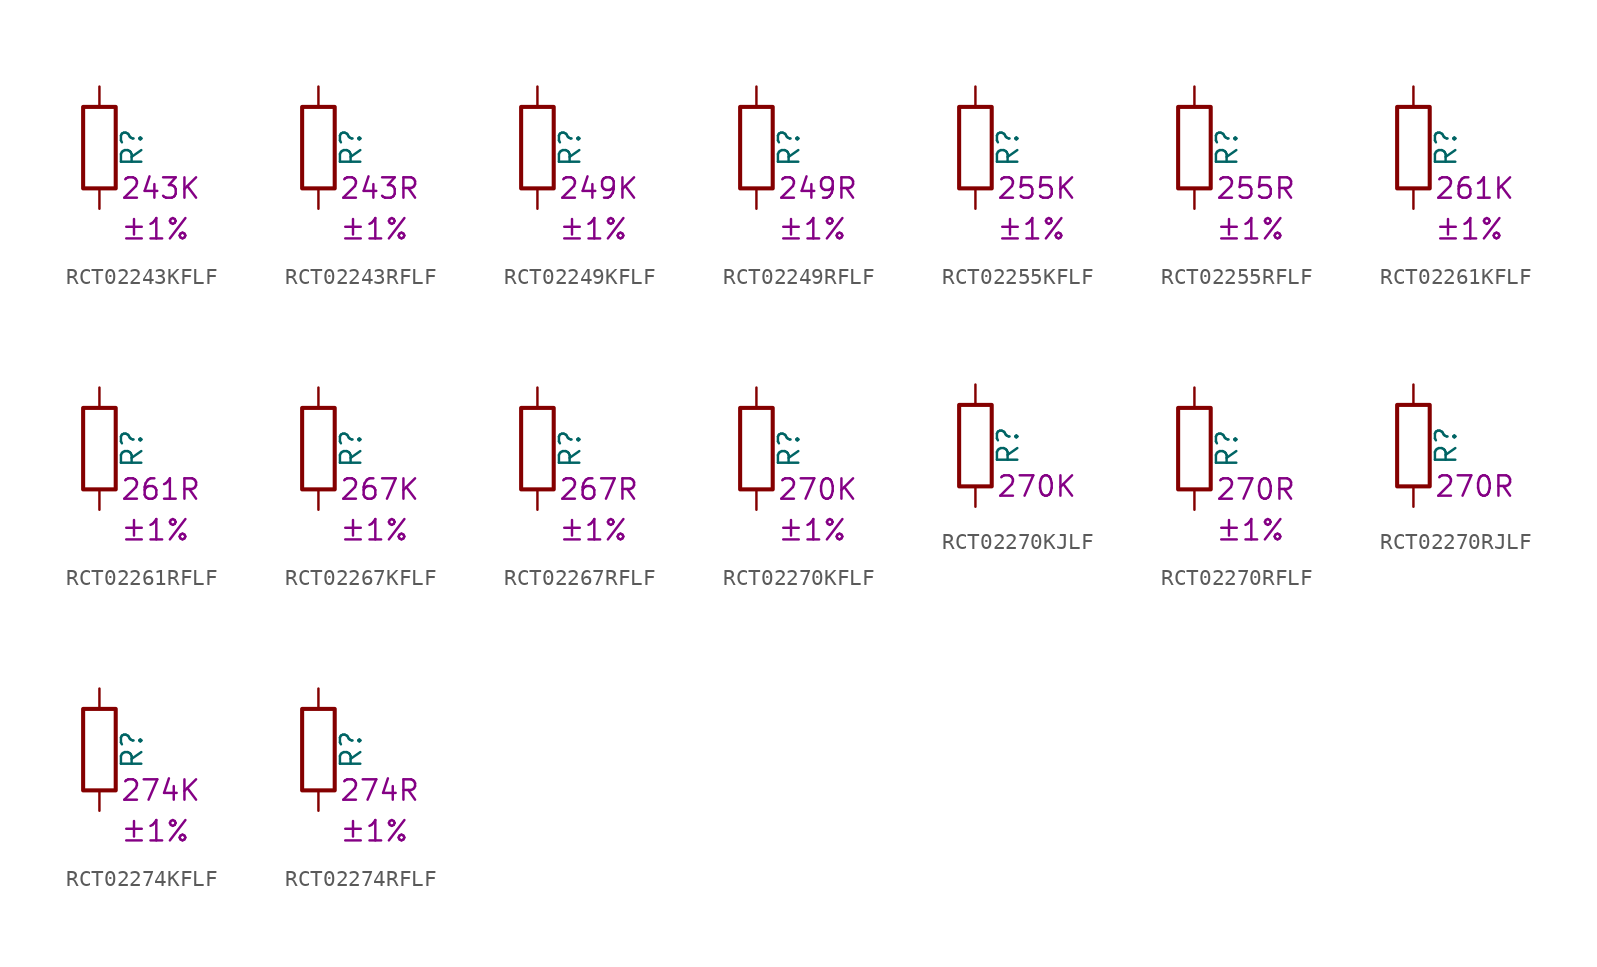
<source format=kicad_sym>
(kicad_symbol_lib
  (version 20220914)
  (generator kicad_symbol_editor)
  (symbol "RCT02243KFLF"
    (pin_numbers hide)
    (pin_names
      (offset 0))
    (property "Reference" "R"
      (at 2.032 0 90)
      (effects (font (size 1.27 1.27))))
    (property "Resistance" "243K"
      (at 1.27 -2.54 0)
      (effects (font (size 1.27 1.27)) (justify left)))
    (property "Tolerance" "±1%"
      (at 1.27 -5.08 0)
      (effects (font (size 1.27 1.27)) (justify left)))
    (symbol "RCT02243KFLF_0_1"
      (rectangle (start -1.016 -2.54) (end 1.016 2.54) (stroke (width 0.254) (type default)) (fill (type none))))
    (symbol "RCT02243KFLF_1_1"
      (pin passive line (at 0 3.81 270) (length 1.27) (name "~" (effects (font (size 1.27 1.27)))) (number "1" (effects (font (size 1.27 1.27)))))
      (pin passive line (at 0 -3.81 90) (length 1.27) (name "~" (effects (font (size 1.27 1.27)))) (number "2" (effects (font (size 1.27 1.27)))))))
  (symbol "RCT02243RFLF"
    (pin_numbers hide)
    (pin_names
      (offset 0))
    (property "Reference" "R"
      (at 2.032 0 90)
      (effects (font (size 1.27 1.27))))
    (property "Resistance" "243R"
      (at 1.27 -2.54 0)
      (effects (font (size 1.27 1.27)) (justify left)))
    (property "Tolerance" "±1%"
      (at 1.27 -5.08 0)
      (effects (font (size 1.27 1.27)) (justify left)))
    (symbol "RCT02243RFLF_0_1"
      (rectangle (start -1.016 -2.54) (end 1.016 2.54) (stroke (width 0.254) (type default)) (fill (type none))))
    (symbol "RCT02243RFLF_1_1"
      (pin passive line (at 0 3.81 270) (length 1.27) (name "~" (effects (font (size 1.27 1.27)))) (number "1" (effects (font (size 1.27 1.27)))))
      (pin passive line (at 0 -3.81 90) (length 1.27) (name "~" (effects (font (size 1.27 1.27)))) (number "2" (effects (font (size 1.27 1.27)))))))
  (symbol "RCT02249KFLF"
    (pin_numbers hide)
    (pin_names
      (offset 0))
    (property "Reference" "R"
      (at 2.032 0 90)
      (effects (font (size 1.27 1.27))))
    (property "Resistance" "249K"
      (at 1.27 -2.54 0)
      (effects (font (size 1.27 1.27)) (justify left)))
    (property "Tolerance" "±1%"
      (at 1.27 -5.08 0)
      (effects (font (size 1.27 1.27)) (justify left)))
    (symbol "RCT02249KFLF_0_1"
      (rectangle (start -1.016 -2.54) (end 1.016 2.54) (stroke (width 0.254) (type default)) (fill (type none))))
    (symbol "RCT02249KFLF_1_1"
      (pin passive line (at 0 3.81 270) (length 1.27) (name "~" (effects (font (size 1.27 1.27)))) (number "1" (effects (font (size 1.27 1.27)))))
      (pin passive line (at 0 -3.81 90) (length 1.27) (name "~" (effects (font (size 1.27 1.27)))) (number "2" (effects (font (size 1.27 1.27)))))))
  (symbol "RCT02249RFLF"
    (pin_numbers hide)
    (pin_names
      (offset 0))
    (property "Reference" "R"
      (at 2.032 0 90)
      (effects (font (size 1.27 1.27))))
    (property "Resistance" "249R"
      (at 1.27 -2.54 0)
      (effects (font (size 1.27 1.27)) (justify left)))
    (property "Tolerance" "±1%"
      (at 1.27 -5.08 0)
      (effects (font (size 1.27 1.27)) (justify left)))
    (symbol "RCT02249RFLF_0_1"
      (rectangle (start -1.016 -2.54) (end 1.016 2.54) (stroke (width 0.254) (type default)) (fill (type none))))
    (symbol "RCT02249RFLF_1_1"
      (pin passive line (at 0 3.81 270) (length 1.27) (name "~" (effects (font (size 1.27 1.27)))) (number "1" (effects (font (size 1.27 1.27)))))
      (pin passive line (at 0 -3.81 90) (length 1.27) (name "~" (effects (font (size 1.27 1.27)))) (number "2" (effects (font (size 1.27 1.27)))))))
  (symbol "RCT02255KFLF"
    (pin_numbers hide)
    (pin_names
      (offset 0))
    (property "Reference" "R"
      (at 2.032 0 90)
      (effects (font (size 1.27 1.27))))
    (property "Resistance" "255K"
      (at 1.27 -2.54 0)
      (effects (font (size 1.27 1.27)) (justify left)))
    (property "Tolerance" "±1%"
      (at 1.27 -5.08 0)
      (effects (font (size 1.27 1.27)) (justify left)))
    (symbol "RCT02255KFLF_0_1"
      (rectangle (start -1.016 -2.54) (end 1.016 2.54) (stroke (width 0.254) (type default)) (fill (type none))))
    (symbol "RCT02255KFLF_1_1"
      (pin passive line (at 0 3.81 270) (length 1.27) (name "~" (effects (font (size 1.27 1.27)))) (number "1" (effects (font (size 1.27 1.27)))))
      (pin passive line (at 0 -3.81 90) (length 1.27) (name "~" (effects (font (size 1.27 1.27)))) (number "2" (effects (font (size 1.27 1.27)))))))
  (symbol "RCT02255RFLF"
    (pin_numbers hide)
    (pin_names
      (offset 0))
    (property "Reference" "R"
      (at 2.032 0 90)
      (effects (font (size 1.27 1.27))))
    (property "Resistance" "255R"
      (at 1.27 -2.54 0)
      (effects (font (size 1.27 1.27)) (justify left)))
    (property "Tolerance" "±1%"
      (at 1.27 -5.08 0)
      (effects (font (size 1.27 1.27)) (justify left)))
    (symbol "RCT02255RFLF_0_1"
      (rectangle (start -1.016 -2.54) (end 1.016 2.54) (stroke (width 0.254) (type default)) (fill (type none))))
    (symbol "RCT02255RFLF_1_1"
      (pin passive line (at 0 3.81 270) (length 1.27) (name "~" (effects (font (size 1.27 1.27)))) (number "1" (effects (font (size 1.27 1.27)))))
      (pin passive line (at 0 -3.81 90) (length 1.27) (name "~" (effects (font (size 1.27 1.27)))) (number "2" (effects (font (size 1.27 1.27)))))))
  (symbol "RCT02261KFLF"
    (pin_numbers hide)
    (pin_names
      (offset 0))
    (property "Reference" "R"
      (at 2.032 0 90)
      (effects (font (size 1.27 1.27))))
    (property "Resistance" "261K"
      (at 1.27 -2.54 0)
      (effects (font (size 1.27 1.27)) (justify left)))
    (property "Tolerance" "±1%"
      (at 1.27 -5.08 0)
      (effects (font (size 1.27 1.27)) (justify left)))
    (symbol "RCT02261KFLF_0_1"
      (rectangle (start -1.016 -2.54) (end 1.016 2.54) (stroke (width 0.254) (type default)) (fill (type none))))
    (symbol "RCT02261KFLF_1_1"
      (pin passive line (at 0 3.81 270) (length 1.27) (name "~" (effects (font (size 1.27 1.27)))) (number "1" (effects (font (size 1.27 1.27)))))
      (pin passive line (at 0 -3.81 90) (length 1.27) (name "~" (effects (font (size 1.27 1.27)))) (number "2" (effects (font (size 1.27 1.27)))))))
  (symbol "RCT02261RFLF"
    (pin_numbers hide)
    (pin_names
      (offset 0))
    (property "Reference" "R"
      (at 2.032 0 90)
      (effects (font (size 1.27 1.27))))
    (property "Resistance" "261R"
      (at 1.27 -2.54 0)
      (effects (font (size 1.27 1.27)) (justify left)))
    (property "Tolerance" "±1%"
      (at 1.27 -5.08 0)
      (effects (font (size 1.27 1.27)) (justify left)))
    (symbol "RCT02261RFLF_0_1"
      (rectangle (start -1.016 -2.54) (end 1.016 2.54) (stroke (width 0.254) (type default)) (fill (type none))))
    (symbol "RCT02261RFLF_1_1"
      (pin passive line (at 0 3.81 270) (length 1.27) (name "~" (effects (font (size 1.27 1.27)))) (number "1" (effects (font (size 1.27 1.27)))))
      (pin passive line (at 0 -3.81 90) (length 1.27) (name "~" (effects (font (size 1.27 1.27)))) (number "2" (effects (font (size 1.27 1.27)))))))
  (symbol "RCT02267KFLF"
    (pin_numbers hide)
    (pin_names
      (offset 0))
    (property "Reference" "R"
      (at 2.032 0 90)
      (effects (font (size 1.27 1.27))))
    (property "Resistance" "267K"
      (at 1.27 -2.54 0)
      (effects (font (size 1.27 1.27)) (justify left)))
    (property "Tolerance" "±1%"
      (at 1.27 -5.08 0)
      (effects (font (size 1.27 1.27)) (justify left)))
    (symbol "RCT02267KFLF_0_1"
      (rectangle (start -1.016 -2.54) (end 1.016 2.54) (stroke (width 0.254) (type default)) (fill (type none))))
    (symbol "RCT02267KFLF_1_1"
      (pin passive line (at 0 3.81 270) (length 1.27) (name "~" (effects (font (size 1.27 1.27)))) (number "1" (effects (font (size 1.27 1.27)))))
      (pin passive line (at 0 -3.81 90) (length 1.27) (name "~" (effects (font (size 1.27 1.27)))) (number "2" (effects (font (size 1.27 1.27)))))))
  (symbol "RCT02267RFLF"
    (pin_numbers hide)
    (pin_names
      (offset 0))
    (property "Reference" "R"
      (at 2.032 0 90)
      (effects (font (size 1.27 1.27))))
    (property "Resistance" "267R"
      (at 1.27 -2.54 0)
      (effects (font (size 1.27 1.27)) (justify left)))
    (property "Tolerance" "±1%"
      (at 1.27 -5.08 0)
      (effects (font (size 1.27 1.27)) (justify left)))
    (symbol "RCT02267RFLF_0_1"
      (rectangle (start -1.016 -2.54) (end 1.016 2.54) (stroke (width 0.254) (type default)) (fill (type none))))
    (symbol "RCT02267RFLF_1_1"
      (pin passive line (at 0 3.81 270) (length 1.27) (name "~" (effects (font (size 1.27 1.27)))) (number "1" (effects (font (size 1.27 1.27)))))
      (pin passive line (at 0 -3.81 90) (length 1.27) (name "~" (effects (font (size 1.27 1.27)))) (number "2" (effects (font (size 1.27 1.27)))))))
  (symbol "RCT02270KFLF"
    (pin_numbers hide)
    (pin_names
      (offset 0))
    (property "Reference" "R"
      (at 2.032 0 90)
      (effects (font (size 1.27 1.27))))
    (property "Resistance" "270K"
      (at 1.27 -2.54 0)
      (effects (font (size 1.27 1.27)) (justify left)))
    (property "Tolerance" "±1%"
      (at 1.27 -5.08 0)
      (effects (font (size 1.27 1.27)) (justify left)))
    (symbol "RCT02270KFLF_0_1"
      (rectangle (start -1.016 -2.54) (end 1.016 2.54) (stroke (width 0.254) (type default)) (fill (type none))))
    (symbol "RCT02270KFLF_1_1"
      (pin passive line (at 0 3.81 270) (length 1.27) (name "~" (effects (font (size 1.27 1.27)))) (number "1" (effects (font (size 1.27 1.27)))))
      (pin passive line (at 0 -3.81 90) (length 1.27) (name "~" (effects (font (size 1.27 1.27)))) (number "2" (effects (font (size 1.27 1.27)))))))
  (symbol "RCT02270KJLF"
    (pin_numbers hide)
    (pin_names
      (offset 0))
    (property "Reference" "R"
      (at 2.032 0 90)
      (effects (font (size 1.27 1.27))))
    (property "Resistance" "270K"
      (at 1.27 -2.54 0)
      (effects (font (size 1.27 1.27)) (justify left)))
    (symbol "RCT02270KJLF_0_1"
      (rectangle (start -1.016 -2.54) (end 1.016 2.54) (stroke (width 0.254) (type default)) (fill (type none))))
    (symbol "RCT02270KJLF_1_1"
      (pin passive line (at 0 3.81 270) (length 1.27) (name "~" (effects (font (size 1.27 1.27)))) (number "1" (effects (font (size 1.27 1.27)))))
      (pin passive line (at 0 -3.81 90) (length 1.27) (name "~" (effects (font (size 1.27 1.27)))) (number "2" (effects (font (size 1.27 1.27)))))))
  (symbol "RCT02270RFLF"
    (pin_numbers hide)
    (pin_names
      (offset 0))
    (property "Reference" "R"
      (at 2.032 0 90)
      (effects (font (size 1.27 1.27))))
    (property "Resistance" "270R"
      (at 1.27 -2.54 0)
      (effects (font (size 1.27 1.27)) (justify left)))
    (property "Tolerance" "±1%"
      (at 1.27 -5.08 0)
      (effects (font (size 1.27 1.27)) (justify left)))
    (symbol "RCT02270RFLF_0_1"
      (rectangle (start -1.016 -2.54) (end 1.016 2.54) (stroke (width 0.254) (type default)) (fill (type none))))
    (symbol "RCT02270RFLF_1_1"
      (pin passive line (at 0 3.81 270) (length 1.27) (name "~" (effects (font (size 1.27 1.27)))) (number "1" (effects (font (size 1.27 1.27)))))
      (pin passive line (at 0 -3.81 90) (length 1.27) (name "~" (effects (font (size 1.27 1.27)))) (number "2" (effects (font (size 1.27 1.27)))))))
  (symbol "RCT02270RJLF"
    (pin_numbers hide)
    (pin_names
      (offset 0))
    (property "Reference" "R"
      (at 2.032 0 90)
      (effects (font (size 1.27 1.27))))
    (property "Resistance" "270R"
      (at 1.27 -2.54 0)
      (effects (font (size 1.27 1.27)) (justify left)))
    (symbol "RCT02270RJLF_0_1"
      (rectangle (start -1.016 -2.54) (end 1.016 2.54) (stroke (width 0.254) (type default)) (fill (type none))))
    (symbol "RCT02270RJLF_1_1"
      (pin passive line (at 0 3.81 270) (length 1.27) (name "~" (effects (font (size 1.27 1.27)))) (number "1" (effects (font (size 1.27 1.27)))))
      (pin passive line (at 0 -3.81 90) (length 1.27) (name "~" (effects (font (size 1.27 1.27)))) (number "2" (effects (font (size 1.27 1.27)))))))
  (symbol "RCT02274KFLF"
    (pin_numbers hide)
    (pin_names
      (offset 0))
    (property "Reference" "R"
      (at 2.032 0 90)
      (effects (font (size 1.27 1.27))))
    (property "Resistance" "274K"
      (at 1.27 -2.54 0)
      (effects (font (size 1.27 1.27)) (justify left)))
    (property "Tolerance" "±1%"
      (at 1.27 -5.08 0)
      (effects (font (size 1.27 1.27)) (justify left)))
    (symbol "RCT02274KFLF_0_1"
      (rectangle (start -1.016 -2.54) (end 1.016 2.54) (stroke (width 0.254) (type default)) (fill (type none))))
    (symbol "RCT02274KFLF_1_1"
      (pin passive line (at 0 3.81 270) (length 1.27) (name "~" (effects (font (size 1.27 1.27)))) (number "1" (effects (font (size 1.27 1.27)))))
      (pin passive line (at 0 -3.81 90) (length 1.27) (name "~" (effects (font (size 1.27 1.27)))) (number "2" (effects (font (size 1.27 1.27)))))))
  (symbol "RCT02274RFLF"
    (pin_numbers hide)
    (pin_names
      (offset 0))
    (property "Reference" "R"
      (at 2.032 0 90)
      (effects (font (size 1.27 1.27))))
    (property "Resistance" "274R"
      (at 1.27 -2.54 0)
      (effects (font (size 1.27 1.27)) (justify left)))
    (property "Tolerance" "±1%"
      (at 1.27 -5.08 0)
      (effects (font (size 1.27 1.27)) (justify left)))
    (symbol "RCT02274RFLF_0_1"
      (rectangle (start -1.016 -2.54) (end 1.016 2.54) (stroke (width 0.254) (type default)) (fill (type none))))
    (symbol "RCT02274RFLF_1_1"
      (pin passive line (at 0 3.81 270) (length 1.27) (name "~" (effects (font (size 1.27 1.27)))) (number "1" (effects (font (size 1.27 1.27)))))
      (pin passive line (at 0 -3.81 90) (length 1.27) (name "~" (effects (font (size 1.27 1.27)))) (number "2" (effects (font (size 1.27 1.27))))))))
</source>
